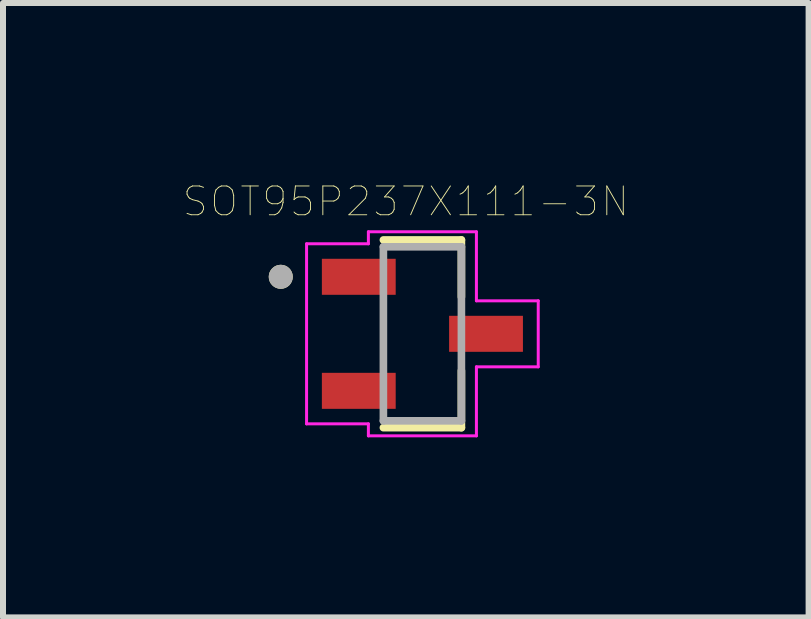
<source format=kicad_pcb>
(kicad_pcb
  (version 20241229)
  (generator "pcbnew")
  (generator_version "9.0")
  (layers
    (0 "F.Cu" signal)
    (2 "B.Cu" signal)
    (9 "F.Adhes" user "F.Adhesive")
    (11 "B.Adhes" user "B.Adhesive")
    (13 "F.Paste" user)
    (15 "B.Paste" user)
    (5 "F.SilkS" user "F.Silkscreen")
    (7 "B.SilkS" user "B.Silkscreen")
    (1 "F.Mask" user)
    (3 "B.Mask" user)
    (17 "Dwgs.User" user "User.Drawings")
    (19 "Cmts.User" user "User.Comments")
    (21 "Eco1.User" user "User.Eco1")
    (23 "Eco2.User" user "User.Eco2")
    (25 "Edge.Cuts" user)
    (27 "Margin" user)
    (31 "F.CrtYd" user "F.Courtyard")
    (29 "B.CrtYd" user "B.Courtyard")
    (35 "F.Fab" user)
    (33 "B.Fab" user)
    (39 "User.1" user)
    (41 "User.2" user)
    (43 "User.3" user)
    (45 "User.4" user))
  (footprint "SOT95P237X111-3N"
    (layer "F.Cu")
    (at 3.988 2.512)
    (property "Reference" "SOT95P237X111-3N" (at -0.276 -2.205 0) (layer "F.SilkS") (effects (font (size 0.48 0.48) (thickness 0.015))))
    (attr through_hole)
    (fp_line (start -0.65 -1.564) (end 0.65 -1.564) (stroke (width 0.127) (type solid)) (layer "F.SilkS"))
    (fp_line (start 0.65 -1.564) (end 0.65 -0.614) (stroke (width 0.127) (type solid)) (layer "F.SilkS"))
    (fp_line (start 0.65 1.564) (end -0.65 1.564) (stroke (width 0.127) (type solid)) (layer "F.SilkS"))
    (fp_line (start 0.65 1.564) (end 0.65 0.614) (stroke (width 0.127) (type solid)) (layer "F.SilkS"))
    (fp_circle (center -2.36 -0.95) (end -2.26 -0.95) (stroke (width 0.2) (type solid)) (fill no) (layer "F.SilkS"))
    (fp_line (start -1.93 -1.5) (end -0.9 -1.5) (stroke (width 0.05) (type solid)) (layer "F.CrtYd"))
    (fp_line (start -1.93 1.5) (end -1.93 -1.5) (stroke (width 0.05) (type solid)) (layer "F.CrtYd"))
    (fp_line (start -1.93 1.5) (end -0.9 1.5) (stroke (width 0.05) (type solid)) (layer "F.CrtYd"))
    (fp_line (start -0.9 -1.7) (end 0.9 -1.7) (stroke (width 0.05) (type solid)) (layer "F.CrtYd"))
    (fp_line (start -0.9 -1.5) (end -0.9 -1.7) (stroke (width 0.05) (type solid)) (layer "F.CrtYd"))
    (fp_line (start -0.9 1.7) (end -0.9 1.5) (stroke (width 0.05) (type solid)) (layer "F.CrtYd"))
    (fp_line (start 0.9 -1.7) (end 0.9 -0.55) (stroke (width 0.05) (type solid)) (layer "F.CrtYd"))
    (fp_line (start 0.9 -0.55) (end 1.93 -0.55) (stroke (width 0.05) (type solid)) (layer "F.CrtYd"))
    (fp_line (start 0.9 0.55) (end 0.9 1.7) (stroke (width 0.05) (type solid)) (layer "F.CrtYd"))
    (fp_line (start 0.9 0.55) (end 1.93 0.55) (stroke (width 0.05) (type solid)) (layer "F.CrtYd"))
    (fp_line (start 0.9 1.7) (end -0.9 1.7) (stroke (width 0.05) (type solid)) (layer "F.CrtYd"))
    (fp_line (start 1.93 -0.55) (end 1.93 0.55) (stroke (width 0.05) (type solid)) (layer "F.CrtYd"))
    (fp_line (start -0.65 -1.45) (end 0.65 -1.45) (stroke (width 0.127) (type solid)) (layer "F.Fab"))
    (fp_line (start -0.65 1.45) (end -0.65 -1.45) (stroke (width 0.127) (type solid)) (layer "F.Fab"))
    (fp_line (start 0.65 -1.45) (end 0.65 1.45) (stroke (width 0.127) (type solid)) (layer "F.Fab"))
    (fp_line (start 0.65 1.45) (end -0.65 1.45) (stroke (width 0.127) (type solid)) (layer "F.Fab"))
    (fp_circle (center -2.36 -0.95) (end -2.26 -0.95) (stroke (width 0.2) (type solid)) (fill no) (layer "F.Fab"))
    (pad "1" smd rect (at -1.06 -0.95) (size 1.23 0.6) (layers "F.Cu" "F.Mask" "F.Paste"))
    (pad "2" smd rect (at -1.06 0.95) (size 1.23 0.6) (layers "F.Cu" "F.Mask" "F.Paste"))
    (pad "3" smd rect (at 1.06 0) (size 1.23 0.6) (layers "F.Cu" "F.Mask" "F.Paste")))
  (gr_rect
    (start -3 -3)
    (end 10.423 7.237)
    (stroke (width 0.1) (type default))
    (fill no)
    (layer "Edge.Cuts")))
</source>
